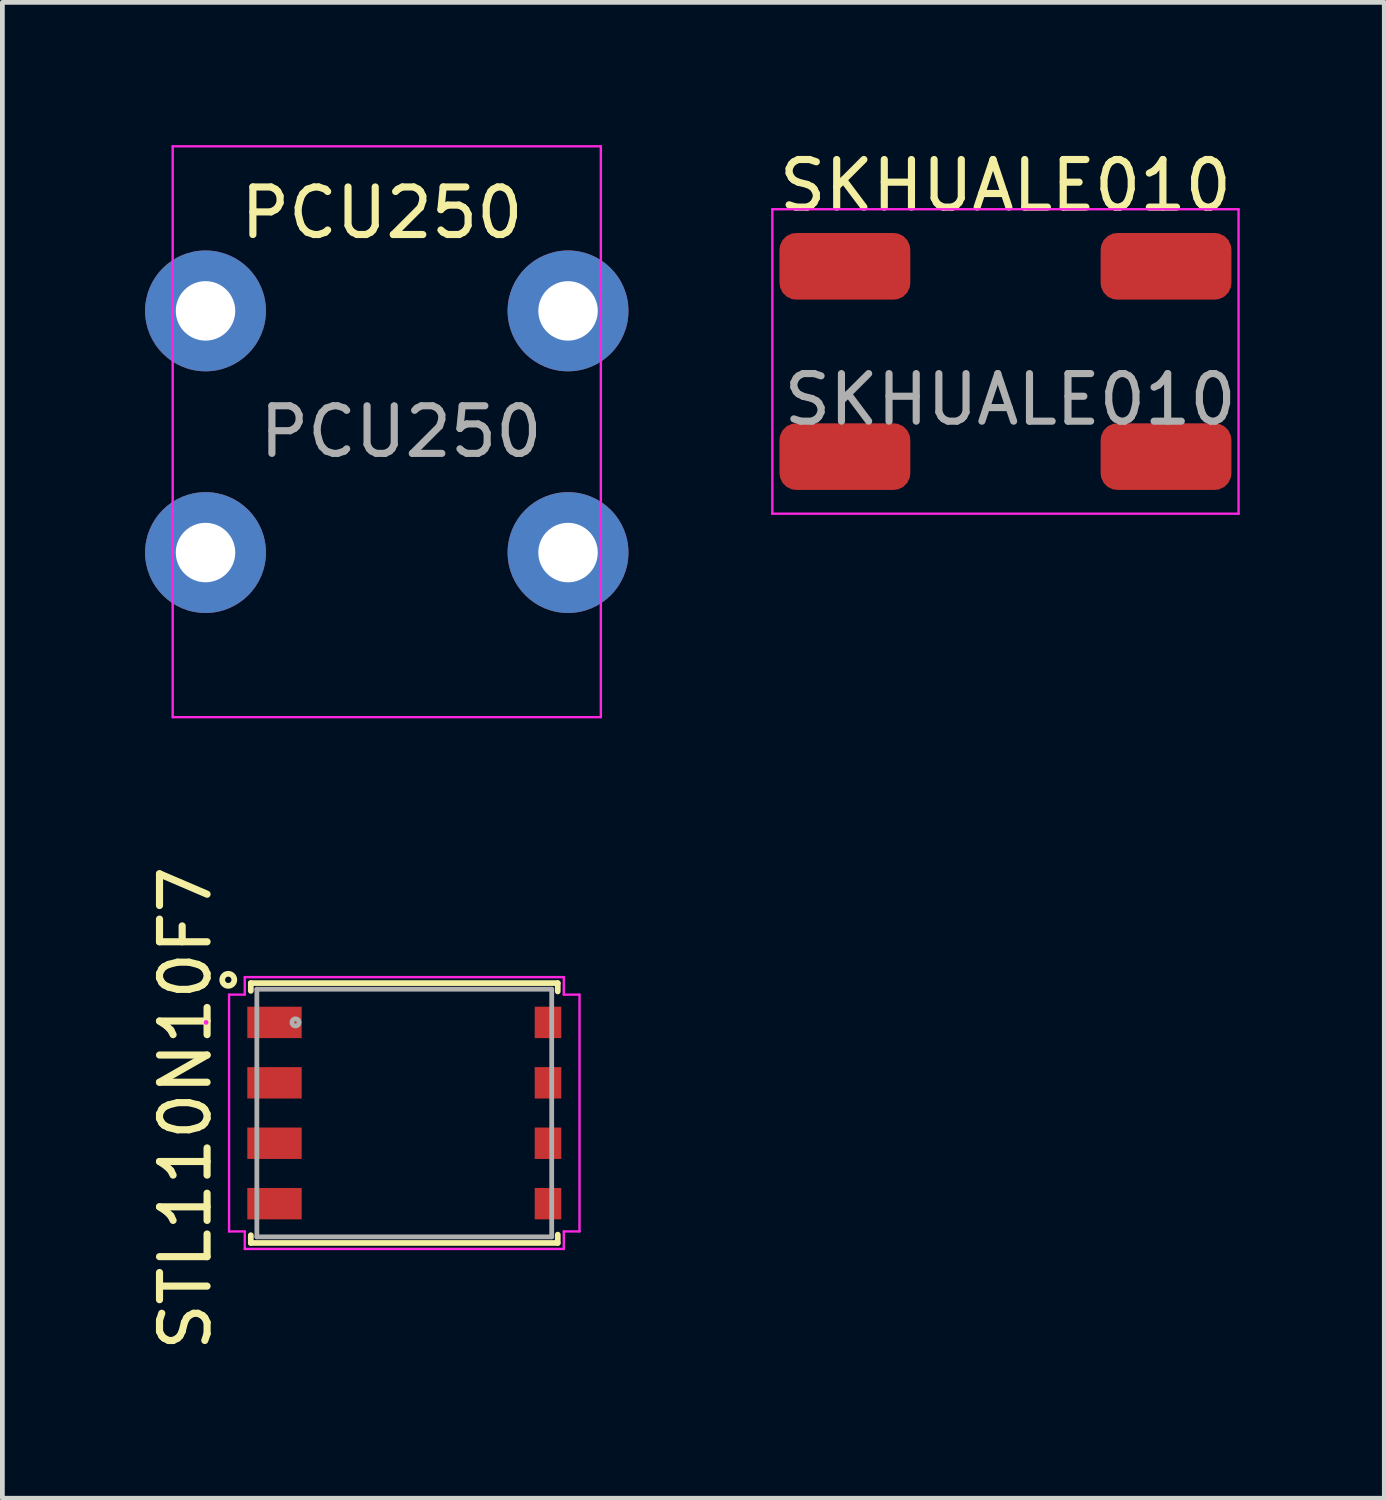
<source format=kicad_pcb>
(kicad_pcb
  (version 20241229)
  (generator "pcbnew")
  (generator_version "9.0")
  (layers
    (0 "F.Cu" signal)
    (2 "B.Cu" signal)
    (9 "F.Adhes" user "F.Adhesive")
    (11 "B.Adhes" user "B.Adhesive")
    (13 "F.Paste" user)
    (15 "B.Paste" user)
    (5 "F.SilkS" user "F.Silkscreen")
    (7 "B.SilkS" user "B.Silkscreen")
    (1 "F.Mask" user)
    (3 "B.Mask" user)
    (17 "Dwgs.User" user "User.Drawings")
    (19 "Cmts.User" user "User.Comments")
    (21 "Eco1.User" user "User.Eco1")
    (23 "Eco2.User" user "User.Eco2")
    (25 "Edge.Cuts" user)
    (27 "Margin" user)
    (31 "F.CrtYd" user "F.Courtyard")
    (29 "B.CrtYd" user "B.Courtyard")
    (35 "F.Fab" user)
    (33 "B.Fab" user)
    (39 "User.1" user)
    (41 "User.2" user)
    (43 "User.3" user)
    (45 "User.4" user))
  (footprint "SKHUALE010"
    (layer "F.Cu")
    (at 18.085 4.548)
    (property "Reference" "SKHUALE010" (at 0 -3.7 0) (unlocked yes) (layer "F.SilkS") (effects (font (size 1 1) (thickness 0.15))))
    (attr smd)
    (fp_line (start -4.9 -3.2) (end 4.9 -3.2) (stroke (width 0.05) (type solid)) (layer "F.CrtYd"))
    (fp_line (start -4.9 3.2) (end -4.9 -3.2) (stroke (width 0.05) (type solid)) (layer "F.CrtYd"))
    (fp_line (start 4.9 -3.2) (end 4.9 3.2) (stroke (width 0.05) (type solid)) (layer "F.CrtYd"))
    (fp_line (start 4.9 3.2) (end -4.9 3.2) (stroke (width 0.05) (type solid)) (layer "F.CrtYd"))
    (fp_text user "${REFERENCE}" (at 0.1 0.8 0) (unlocked yes) (layer "F.Fab") (effects (font (size 1 1) (thickness 0.15))))
    (pad "1" smd roundrect (at -3.375 -2) (size 2.75 1.4) (layers "F.Cu" "F.Mask" "F.Paste") (roundrect_rratio 0.25))
    (pad "2" smd roundrect (at 3.375 -2) (size 2.75 1.4) (layers "F.Cu" "F.Mask" "F.Paste") (roundrect_rratio 0.25))
    (pad "3" smd roundrect (at -3.375 2) (size 2.75 1.4) (layers "F.Cu" "F.Mask" "F.Paste") (roundrect_rratio 0.25))
    (pad "4" smd roundrect (at 3.375 2) (size 2.75 1.4) (layers "F.Cu" "F.Mask" "F.Paste") (roundrect_rratio 0.25)))
  (footprint "STL110N10F7"
    (layer "F.Cu")
    (at 5.448 20.346)
    (property "Reference" "STL110N10F7" (at -4.6 -0.1 90) (layer "F.SilkS") (effects (font (size 1 1) (thickness 0.15))))
    (attr smd)
    (fp_poly (pts (xy -1.348 -2.235) (xy 3.3 -2.235) (xy 3.3 -1.575) (xy 2.741 -1.575) (xy 2.741 -0.965) (xy 3.3 -0.965) (xy 3.3 -0.305) (xy 2.741 -0.305) (xy 2.741 0.305) (xy 3.3 0.305) (xy 3.3 0.965) (xy 2.741 0.965) (xy 2.741 1.575) (xy 3.3 1.575) (xy 3.3 2.235) (xy -1.348 2.235)) (stroke (width 0.1) (type solid)) (fill yes) (layer "F.Mask"))
    (fp_line (start -3.226 -2.731) (end -3.226 -2.568) (stroke (width 0.12) (type solid)) (layer "F.SilkS"))
    (fp_line (start -3.226 2.568) (end -3.226 2.731) (stroke (width 0.12) (type solid)) (layer "F.SilkS"))
    (fp_line (start -3.226 2.731) (end 3.226 2.731) (stroke (width 0.12) (type solid)) (layer "F.SilkS"))
    (fp_line (start 3.226 -2.731) (end -3.226 -2.731) (stroke (width 0.12) (type solid)) (layer "F.SilkS"))
    (fp_line (start 3.226 -2.556) (end 3.226 -2.731) (stroke (width 0.12) (type solid)) (layer "F.SilkS"))
    (fp_line (start 3.226 2.731) (end 3.226 2.556) (stroke (width 0.12) (type solid)) (layer "F.SilkS"))
    (fp_circle (center -3.7 -2.8) (end -3.573 -2.8) (stroke (width 0.12) (type solid)) (fill no) (layer "F.SilkS"))
    (fp_poly (pts (xy -1.348 -2.235) (xy 3.3 -2.235) (xy 3.3 -1.575) (xy 2.741 -1.575) (xy 2.741 -0.965) (xy 3.3 -0.965) (xy 3.3 -0.305) (xy 2.741 -0.305) (xy 2.741 0.305) (xy 3.3 0.305) (xy 3.3 0.965) (xy 2.741 0.965) (xy 2.741 1.575) (xy 3.3 1.575) (xy 3.3 2.235) (xy -1.348 2.235)) (stroke (width 0.1) (type solid)) (fill yes) (layer "F.Paste"))
    (fp_line (start -3.683 -2.489) (end -3.353 -2.489) (stroke (width 0.05) (type solid)) (layer "F.CrtYd"))
    (fp_line (start -3.683 2.489) (end -3.683 -2.489) (stroke (width 0.05) (type solid)) (layer "F.CrtYd"))
    (fp_line (start -3.353 -2.857) (end 3.353 -2.857) (stroke (width 0.05) (type solid)) (layer "F.CrtYd"))
    (fp_line (start -3.353 -2.489) (end -3.353 -2.857) (stroke (width 0.05) (type solid)) (layer "F.CrtYd"))
    (fp_line (start -3.353 2.489) (end -3.683 2.489) (stroke (width 0.05) (type solid)) (layer "F.CrtYd"))
    (fp_line (start -3.353 2.857) (end -3.353 2.489) (stroke (width 0.05) (type solid)) (layer "F.CrtYd"))
    (fp_line (start 3.353 -2.857) (end 3.353 -2.489) (stroke (width 0.05) (type solid)) (layer "F.CrtYd"))
    (fp_line (start 3.353 -2.489) (end 3.683 -2.489) (stroke (width 0.05) (type solid)) (layer "F.CrtYd"))
    (fp_line (start 3.353 2.489) (end 3.353 2.857) (stroke (width 0.05) (type solid)) (layer "F.CrtYd"))
    (fp_line (start 3.353 2.857) (end -3.353 2.857) (stroke (width 0.05) (type solid)) (layer "F.CrtYd"))
    (fp_line (start 3.683 -2.489) (end 3.683 2.489) (stroke (width 0.05) (type solid)) (layer "F.CrtYd"))
    (fp_line (start 3.683 2.489) (end 3.353 2.489) (stroke (width 0.05) (type solid)) (layer "F.CrtYd"))
    (fp_circle (center -4.166 -1.905) (end -4.166 -1.905) (stroke (width 0.05) (type solid)) (fill no) (layer "F.CrtYd"))
    (fp_line (start -3.099 -2.603) (end -3.099 2.603) (stroke (width 0.1) (type solid)) (layer "F.Fab"))
    (fp_line (start -3.099 2.603) (end 3.099 2.603) (stroke (width 0.1) (type solid)) (layer "F.Fab"))
    (fp_line (start 3.099 -2.603) (end -3.099 -2.603) (stroke (width 0.1) (type solid)) (layer "F.Fab"))
    (fp_line (start 3.099 2.603) (end 3.099 -2.603) (stroke (width 0.1) (type solid)) (layer "F.Fab"))
    (fp_circle (center -2.286 -1.905) (end -2.21 -1.905) (stroke (width 0.1) (type solid)) (fill no) (layer "F.Fab"))
    (pad "1" smd rect (at -2.728 -1.905) (size 1.143 0.66) (layers "F.Cu" "F.Mask" "F.Paste"))
    (pad "2" smd rect (at -2.728 -0.635) (size 1.143 0.66) (layers "F.Cu" "F.Mask" "F.Paste"))
    (pad "3" smd rect (at -2.728 0.635) (size 1.143 0.66) (layers "F.Cu" "F.Mask" "F.Paste"))
    (pad "4" smd rect (at -2.728 1.905) (size 1.143 0.66) (layers "F.Cu" "F.Mask" "F.Paste"))
    (pad "5" smd rect (at 3.021 1.905) (size 0.559 0.66) (layers "F.Cu" "F.Mask" "F.Paste"))
    (pad "6" smd rect (at 3.021 0.635) (size 0.559 0.66) (layers "F.Cu" "F.Mask" "F.Paste"))
    (pad "7" smd rect (at 3.021 -0.635) (size 0.559 0.66) (layers "F.Cu" "F.Mask" "F.Paste"))
    (pad "8" smd rect (at 3.021 -1.905) (size 0.559 0.66) (layers "F.Cu" "F.Mask" "F.Paste")))
  (footprint "PCU250"
    (layer "F.Cu")
    (at 5.08 6.025)
    (property "Reference" "PCU250" (at -0.1 -4.6 0) (unlocked yes) (layer "F.SilkS") (effects (font (size 1 1) (thickness 0.15))))
    (attr smd)
    (fp_line (start -4.5 -6) (end -4.5 6) (stroke (width 0.05) (type solid)) (layer "F.CrtYd"))
    (fp_line (start -4.5 6) (end 4.5 6) (stroke (width 0.05) (type solid)) (layer "F.CrtYd"))
    (fp_line (start 4.5 -6) (end -4.5 -6) (stroke (width 0.05) (type solid)) (layer "F.CrtYd"))
    (fp_line (start 4.5 -6) (end 4.5 6) (stroke (width 0.05) (type solid)) (layer "F.CrtYd"))
    (fp_text user "${REFERENCE}" (at 0.3 0 0) (unlocked yes) (layer "F.Fab") (effects (font (size 1 1) (thickness 0.15))))
    (pad "1" thru_hole circle (at -3.81 -2.54) (size 2.54 2.54) (drill 1.25) (layers "*.Cu" "*.Mask"))
    (pad "1" thru_hole circle (at -3.81 2.54) (size 2.54 2.54) (drill 1.25) (layers "*.Cu" "*.Mask"))
    (pad "1" thru_hole circle (at 3.81 -2.54) (size 2.54 2.54) (drill 1.25) (layers "*.Cu" "*.Mask"))
    (pad "1" thru_hole circle (at 3.81 2.54) (size 2.54 2.54) (drill 1.25) (layers "*.Cu" "*.Mask")))
  (gr_rect
    (start -3 -3)
    (end 26.048 28.443)
    (stroke (width 0.1) (type default))
    (fill no)
    (layer "Edge.Cuts")))
</source>
